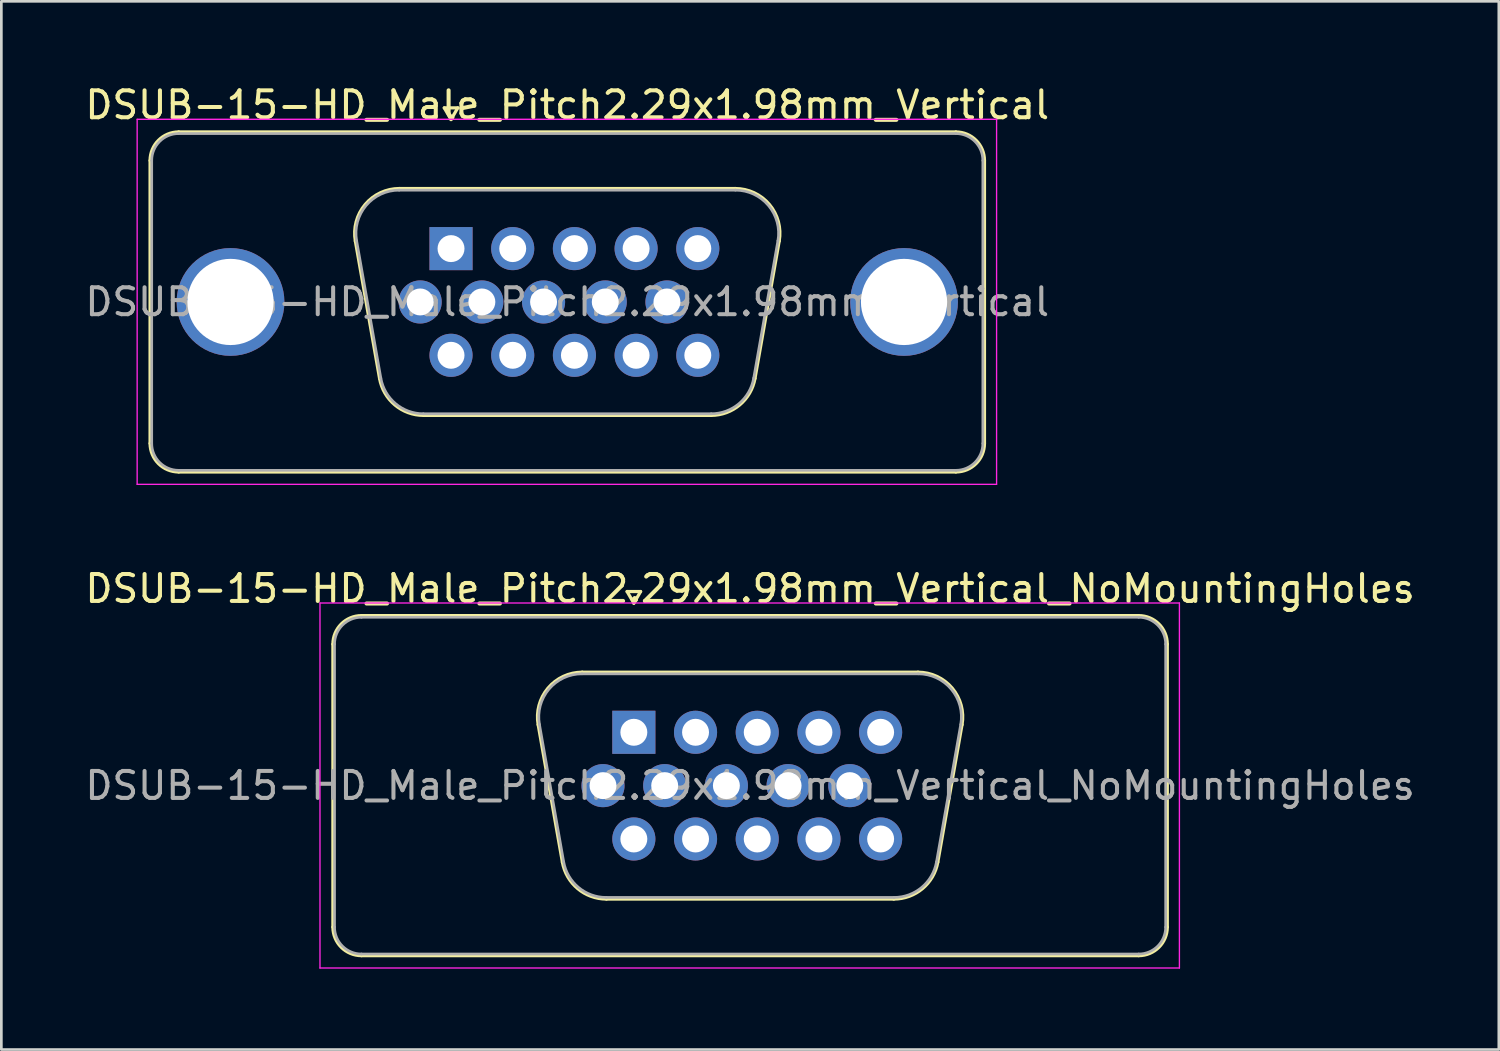
<source format=kicad_pcb>
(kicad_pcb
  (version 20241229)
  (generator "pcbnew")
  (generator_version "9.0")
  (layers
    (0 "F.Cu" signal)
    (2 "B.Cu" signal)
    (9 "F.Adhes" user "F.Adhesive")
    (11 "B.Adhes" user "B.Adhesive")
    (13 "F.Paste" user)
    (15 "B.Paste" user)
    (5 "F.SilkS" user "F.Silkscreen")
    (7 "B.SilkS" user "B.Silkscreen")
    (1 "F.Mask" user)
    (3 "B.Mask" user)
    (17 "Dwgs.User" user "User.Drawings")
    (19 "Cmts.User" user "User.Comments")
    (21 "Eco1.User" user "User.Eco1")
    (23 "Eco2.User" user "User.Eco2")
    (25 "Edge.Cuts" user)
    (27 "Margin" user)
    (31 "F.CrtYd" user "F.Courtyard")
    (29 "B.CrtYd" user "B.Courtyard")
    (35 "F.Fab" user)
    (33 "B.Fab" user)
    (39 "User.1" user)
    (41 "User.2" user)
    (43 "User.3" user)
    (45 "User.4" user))
  (footprint "DSUB-15-HD_Male_Pitch2.29x1.98mm_Vertical"
    (layer "F.Cu")
    (at 13.691 6.178)
    (property "Reference" "DSUB-15-HD_Male_Pitch2.29x1.98mm_Vertical" (at 4.315 -5.33 0) (layer "F.SilkS") (effects (font (size 1 1) (thickness 0.15))))
    (attr through_hole)
    (fp_line (start -11.17 7.23) (end -11.17 -3.27) (stroke (width 0.12) (type solid)) (layer "F.SilkS"))
    (fp_line (start -10.11 -4.33) (end 18.74 -4.33) (stroke (width 0.12) (type solid)) (layer "F.SilkS"))
    (fp_line (start -3.551 -0.282) (end -2.652 4.818) (stroke (width 0.12) (type solid)) (layer "F.SilkS"))
    (fp_line (start -1.917 -2.23) (end 10.547 -2.23) (stroke (width 0.12) (type solid)) (layer "F.SilkS"))
    (fp_line (start -1.017 6.19) (end 9.647 6.19) (stroke (width 0.12) (type solid)) (layer "F.SilkS"))
    (fp_line (start -0.25 -5.224) (end 0.25 -5.224) (stroke (width 0.12) (type solid)) (layer "F.SilkS"))
    (fp_line (start 0 -4.791) (end -0.25 -5.224) (stroke (width 0.12) (type solid)) (layer "F.SilkS"))
    (fp_line (start 0.25 -5.224) (end 0 -4.791) (stroke (width 0.12) (type solid)) (layer "F.SilkS"))
    (fp_line (start 12.181 -0.282) (end 11.282 4.818) (stroke (width 0.12) (type solid)) (layer "F.SilkS"))
    (fp_line (start 18.74 8.29) (end -10.11 8.29) (stroke (width 0.12) (type solid)) (layer "F.SilkS"))
    (fp_line (start 19.8 -3.27) (end 19.8 7.23) (stroke (width 0.12) (type solid)) (layer "F.SilkS"))
    (fp_arc (start -11.17 -3.27) (mid -10.859533 -4.019533) (end -10.11 -4.33) (stroke (width 0.12) (type solid)) (layer "F.SilkS"))
    (fp_arc (start -10.11 8.29) (mid -10.859533 7.979533) (end -11.17 7.23) (stroke (width 0.12) (type solid)) (layer "F.SilkS"))
    (fp_arc (start -3.55147 -0.281744) (mid -3.188323 -1.637028) (end -1.916689 -2.23) (stroke (width 0.12) (type solid)) (layer "F.SilkS"))
    (fp_arc (start -1.017421 6.19) (mid -2.084448 5.801634) (end -2.652202 4.818256) (stroke (width 0.12) (type solid)) (layer "F.SilkS"))
    (fp_arc (start 10.546689 -2.23) (mid 11.818323 -1.637027) (end 12.18147 -0.281744) (stroke (width 0.12) (type solid)) (layer "F.SilkS"))
    (fp_arc (start 11.282202 4.818256) (mid 10.714449 5.801634) (end 9.647421 6.19) (stroke (width 0.12) (type solid)) (layer "F.SilkS"))
    (fp_arc (start 18.74 -4.33) (mid 19.489533 -4.019533) (end 19.8 -3.27) (stroke (width 0.12) (type solid)) (layer "F.SilkS"))
    (fp_arc (start 19.8 7.23) (mid 19.489533 7.979533) (end 18.74 8.29) (stroke (width 0.12) (type solid)) (layer "F.SilkS"))
    (fp_line (start -11.65 -4.8) (end -11.65 8.75) (stroke (width 0.05) (type solid)) (layer "F.CrtYd"))
    (fp_line (start -11.65 8.75) (end 20.25 8.75) (stroke (width 0.05) (type solid)) (layer "F.CrtYd"))
    (fp_line (start 20.25 -4.8) (end -11.65 -4.8) (stroke (width 0.05) (type solid)) (layer "F.CrtYd"))
    (fp_line (start 20.25 8.75) (end 20.25 -4.8) (stroke (width 0.05) (type solid)) (layer "F.CrtYd"))
    (fp_line (start -11.11 7.23) (end -11.11 -3.27) (stroke (width 0.1) (type solid)) (layer "F.Fab"))
    (fp_line (start -10.11 -4.27) (end 18.74 -4.27) (stroke (width 0.1) (type solid)) (layer "F.Fab"))
    (fp_line (start -3.504 -0.292) (end -2.605 4.808) (stroke (width 0.1) (type solid)) (layer "F.Fab"))
    (fp_line (start -1.928 -2.17) (end 10.558 -2.17) (stroke (width 0.1) (type solid)) (layer "F.Fab"))
    (fp_line (start -1.029 6.13) (end 9.659 6.13) (stroke (width 0.1) (type solid)) (layer "F.Fab"))
    (fp_line (start 12.134 -0.292) (end 11.235 4.808) (stroke (width 0.1) (type solid)) (layer "F.Fab"))
    (fp_line (start 18.74 8.23) (end -10.11 8.23) (stroke (width 0.1) (type solid)) (layer "F.Fab"))
    (fp_line (start 19.74 -3.27) (end 19.74 7.23) (stroke (width 0.1) (type solid)) (layer "F.Fab"))
    (fp_arc (start -11.11 -3.27) (mid -10.817107 -3.977107) (end -10.11 -4.27) (stroke (width 0.1) (type solid)) (layer "F.Fab"))
    (fp_arc (start -10.11 8.23) (mid -10.817107 7.937107) (end -11.11 7.23) (stroke (width 0.1) (type solid)) (layer "F.Fab"))
    (fp_arc (start -3.503886 -0.292163) (mid -3.153865 -1.59846) (end -1.928194 -2.17) (stroke (width 0.1) (type solid)) (layer "F.Fab"))
    (fp_arc (start -1.028927 6.13) (mid -2.057387 5.755671) (end -2.604619 4.807837) (stroke (width 0.1) (type solid)) (layer "F.Fab"))
    (fp_arc (start 10.558194 -2.17) (mid 11.783865 -1.59846) (end 12.133886 -0.292163) (stroke (width 0.1) (type solid)) (layer "F.Fab"))
    (fp_arc (start 11.234619 4.807837) (mid 10.687387 5.755671) (end 9.658927 6.13) (stroke (width 0.1) (type solid)) (layer "F.Fab"))
    (fp_arc (start 18.74 -4.27) (mid 19.447107 -3.977107) (end 19.74 -3.27) (stroke (width 0.1) (type solid)) (layer "F.Fab"))
    (fp_arc (start 19.74 7.23) (mid 19.447107 7.937107) (end 18.74 8.23) (stroke (width 0.1) (type solid)) (layer "F.Fab"))
    (fp_text user "${REFERENCE}" (at 4.315 1.98 0) (layer "F.Fab") (effects (font (size 1 1) (thickness 0.15))))
    (pad "0" thru_hole circle (at -8.185 1.98) (size 4 4) (drill 3.2) (layers "*.Cu" "*.Mask"))
    (pad "0" thru_hole circle (at 16.815 1.98) (size 4 4) (drill 3.2) (layers "*.Cu" "*.Mask"))
    (pad "1" thru_hole rect (at 0 0) (size 1.6 1.6) (drill 1) (layers "*.Cu" "*.Mask"))
    (pad "2" thru_hole circle (at 2.29 0) (size 1.6 1.6) (drill 1) (layers "*.Cu" "*.Mask"))
    (pad "3" thru_hole circle (at 4.58 0) (size 1.6 1.6) (drill 1) (layers "*.Cu" "*.Mask"))
    (pad "4" thru_hole circle (at 6.87 0) (size 1.6 1.6) (drill 1) (layers "*.Cu" "*.Mask"))
    (pad "5" thru_hole circle (at 9.16 0) (size 1.6 1.6) (drill 1) (layers "*.Cu" "*.Mask"))
    (pad "6" thru_hole circle (at -1.145 1.98) (size 1.6 1.6) (drill 1) (layers "*.Cu" "*.Mask"))
    (pad "7" thru_hole circle (at 1.145 1.98) (size 1.6 1.6) (drill 1) (layers "*.Cu" "*.Mask"))
    (pad "8" thru_hole circle (at 3.435 1.98) (size 1.6 1.6) (drill 1) (layers "*.Cu" "*.Mask"))
    (pad "9" thru_hole circle (at 5.725 1.98) (size 1.6 1.6) (drill 1) (layers "*.Cu" "*.Mask"))
    (pad "10" thru_hole circle (at 8.015 1.98) (size 1.6 1.6) (drill 1) (layers "*.Cu" "*.Mask"))
    (pad "11" thru_hole circle (at 0 3.96) (size 1.6 1.6) (drill 1) (layers "*.Cu" "*.Mask"))
    (pad "12" thru_hole circle (at 2.29 3.96) (size 1.6 1.6) (drill 1) (layers "*.Cu" "*.Mask"))
    (pad "13" thru_hole circle (at 4.58 3.96) (size 1.6 1.6) (drill 1) (layers "*.Cu" "*.Mask"))
    (pad "14" thru_hole circle (at 6.87 3.96) (size 1.6 1.6) (drill 1) (layers "*.Cu" "*.Mask"))
    (pad "15" thru_hole circle (at 9.16 3.96) (size 1.6 1.6) (drill 1) (layers "*.Cu" "*.Mask")))
  (footprint "DSUB-15-HD_Male_Pitch2.29x1.98mm_Vertical_NoMountingHoles"
    (layer "F.Cu")
    (at 20.477 24.131)
    (property "Reference" "DSUB-15-HD_Male_Pitch2.29x1.98mm_Vertical_NoMountingHoles" (at 4.315 -5.33 0) (layer "F.SilkS") (effects (font (size 1 1) (thickness 0.15))))
    (attr through_hole)
    (fp_line (start -11.17 7.23) (end -11.17 -3.27) (stroke (width 0.12) (type solid)) (layer "F.SilkS"))
    (fp_line (start -10.11 -4.33) (end 18.74 -4.33) (stroke (width 0.12) (type solid)) (layer "F.SilkS"))
    (fp_line (start -3.551 -0.282) (end -2.652 4.818) (stroke (width 0.12) (type solid)) (layer "F.SilkS"))
    (fp_line (start -1.917 -2.23) (end 10.547 -2.23) (stroke (width 0.12) (type solid)) (layer "F.SilkS"))
    (fp_line (start -1.017 6.19) (end 9.647 6.19) (stroke (width 0.12) (type solid)) (layer "F.SilkS"))
    (fp_line (start -0.25 -5.224) (end 0.25 -5.224) (stroke (width 0.12) (type solid)) (layer "F.SilkS"))
    (fp_line (start 0 -4.791) (end -0.25 -5.224) (stroke (width 0.12) (type solid)) (layer "F.SilkS"))
    (fp_line (start 0.25 -5.224) (end 0 -4.791) (stroke (width 0.12) (type solid)) (layer "F.SilkS"))
    (fp_line (start 12.181 -0.282) (end 11.282 4.818) (stroke (width 0.12) (type solid)) (layer "F.SilkS"))
    (fp_line (start 18.74 8.29) (end -10.11 8.29) (stroke (width 0.12) (type solid)) (layer "F.SilkS"))
    (fp_line (start 19.8 -3.27) (end 19.8 7.23) (stroke (width 0.12) (type solid)) (layer "F.SilkS"))
    (fp_arc (start -11.17 -3.27) (mid -10.859533 -4.019533) (end -10.11 -4.33) (stroke (width 0.12) (type solid)) (layer "F.SilkS"))
    (fp_arc (start -10.11 8.29) (mid -10.859533 7.979533) (end -11.17 7.23) (stroke (width 0.12) (type solid)) (layer "F.SilkS"))
    (fp_arc (start -3.55147 -0.281744) (mid -3.188323 -1.637028) (end -1.916689 -2.23) (stroke (width 0.12) (type solid)) (layer "F.SilkS"))
    (fp_arc (start -1.017421 6.19) (mid -2.084448 5.801634) (end -2.652202 4.818256) (stroke (width 0.12) (type solid)) (layer "F.SilkS"))
    (fp_arc (start 10.546689 -2.23) (mid 11.818323 -1.637027) (end 12.18147 -0.281744) (stroke (width 0.12) (type solid)) (layer "F.SilkS"))
    (fp_arc (start 11.282202 4.818256) (mid 10.714449 5.801634) (end 9.647421 6.19) (stroke (width 0.12) (type solid)) (layer "F.SilkS"))
    (fp_arc (start 18.74 -4.33) (mid 19.489533 -4.019533) (end 19.8 -3.27) (stroke (width 0.12) (type solid)) (layer "F.SilkS"))
    (fp_arc (start 19.8 7.23) (mid 19.489533 7.979533) (end 18.74 8.29) (stroke (width 0.12) (type solid)) (layer "F.SilkS"))
    (fp_line (start -11.65 -4.8) (end -11.65 8.75) (stroke (width 0.05) (type solid)) (layer "F.CrtYd"))
    (fp_line (start -11.65 8.75) (end 20.25 8.75) (stroke (width 0.05) (type solid)) (layer "F.CrtYd"))
    (fp_line (start 20.25 -4.8) (end -11.65 -4.8) (stroke (width 0.05) (type solid)) (layer "F.CrtYd"))
    (fp_line (start 20.25 8.75) (end 20.25 -4.8) (stroke (width 0.05) (type solid)) (layer "F.CrtYd"))
    (fp_line (start -11.11 7.23) (end -11.11 -3.27) (stroke (width 0.1) (type solid)) (layer "F.Fab"))
    (fp_line (start -10.11 -4.27) (end 18.74 -4.27) (stroke (width 0.1) (type solid)) (layer "F.Fab"))
    (fp_line (start -3.504 -0.292) (end -2.605 4.808) (stroke (width 0.1) (type solid)) (layer "F.Fab"))
    (fp_line (start -1.928 -2.17) (end 10.558 -2.17) (stroke (width 0.1) (type solid)) (layer "F.Fab"))
    (fp_line (start -1.029 6.13) (end 9.659 6.13) (stroke (width 0.1) (type solid)) (layer "F.Fab"))
    (fp_line (start 12.134 -0.292) (end 11.235 4.808) (stroke (width 0.1) (type solid)) (layer "F.Fab"))
    (fp_line (start 18.74 8.23) (end -10.11 8.23) (stroke (width 0.1) (type solid)) (layer "F.Fab"))
    (fp_line (start 19.74 -3.27) (end 19.74 7.23) (stroke (width 0.1) (type solid)) (layer "F.Fab"))
    (fp_arc (start -11.11 -3.27) (mid -10.817107 -3.977107) (end -10.11 -4.27) (stroke (width 0.1) (type solid)) (layer "F.Fab"))
    (fp_arc (start -10.11 8.23) (mid -10.817107 7.937107) (end -11.11 7.23) (stroke (width 0.1) (type solid)) (layer "F.Fab"))
    (fp_arc (start -3.503886 -0.292163) (mid -3.153865 -1.59846) (end -1.928194 -2.17) (stroke (width 0.1) (type solid)) (layer "F.Fab"))
    (fp_arc (start -1.028927 6.13) (mid -2.057387 5.755671) (end -2.604619 4.807837) (stroke (width 0.1) (type solid)) (layer "F.Fab"))
    (fp_arc (start 10.558194 -2.17) (mid 11.783865 -1.59846) (end 12.133886 -0.292163) (stroke (width 0.1) (type solid)) (layer "F.Fab"))
    (fp_arc (start 11.234619 4.807837) (mid 10.687387 5.755671) (end 9.658927 6.13) (stroke (width 0.1) (type solid)) (layer "F.Fab"))
    (fp_arc (start 18.74 -4.27) (mid 19.447107 -3.977107) (end 19.74 -3.27) (stroke (width 0.1) (type solid)) (layer "F.Fab"))
    (fp_arc (start 19.74 7.23) (mid 19.447107 7.937107) (end 18.74 8.23) (stroke (width 0.1) (type solid)) (layer "F.Fab"))
    (fp_text user "${REFERENCE}" (at 4.315 1.98 0) (layer "F.Fab") (effects (font (size 1 1) (thickness 0.15))))
    (pad "1" thru_hole rect (at 0 0) (size 1.6 1.6) (drill 1) (layers "*.Cu" "*.Mask"))
    (pad "2" thru_hole circle (at 2.29 0) (size 1.6 1.6) (drill 1) (layers "*.Cu" "*.Mask"))
    (pad "3" thru_hole circle (at 4.58 0) (size 1.6 1.6) (drill 1) (layers "*.Cu" "*.Mask"))
    (pad "4" thru_hole circle (at 6.87 0) (size 1.6 1.6) (drill 1) (layers "*.Cu" "*.Mask"))
    (pad "5" thru_hole circle (at 9.16 0) (size 1.6 1.6) (drill 1) (layers "*.Cu" "*.Mask"))
    (pad "6" thru_hole circle (at -1.145 1.98) (size 1.6 1.6) (drill 1) (layers "*.Cu" "*.Mask"))
    (pad "7" thru_hole circle (at 1.145 1.98) (size 1.6 1.6) (drill 1) (layers "*.Cu" "*.Mask"))
    (pad "8" thru_hole circle (at 3.435 1.98) (size 1.6 1.6) (drill 1) (layers "*.Cu" "*.Mask"))
    (pad "9" thru_hole circle (at 5.725 1.98) (size 1.6 1.6) (drill 1) (layers "*.Cu" "*.Mask"))
    (pad "10" thru_hole circle (at 8.015 1.98) (size 1.6 1.6) (drill 1) (layers "*.Cu" "*.Mask"))
    (pad "11" thru_hole circle (at 0 3.96) (size 1.6 1.6) (drill 1) (layers "*.Cu" "*.Mask"))
    (pad "12" thru_hole circle (at 2.29 3.96) (size 1.6 1.6) (drill 1) (layers "*.Cu" "*.Mask"))
    (pad "13" thru_hole circle (at 4.58 3.96) (size 1.6 1.6) (drill 1) (layers "*.Cu" "*.Mask"))
    (pad "14" thru_hole circle (at 6.87 3.96) (size 1.6 1.6) (drill 1) (layers "*.Cu" "*.Mask"))
    (pad "15" thru_hole circle (at 9.16 3.96) (size 1.6 1.6) (drill 1) (layers "*.Cu" "*.Mask")))
  (gr_rect
    (start -3 -3)
    (end 52.583 35.907)
    (stroke (width 0.1) (type default))
    (fill no)
    (layer "Edge.Cuts")))
</source>
